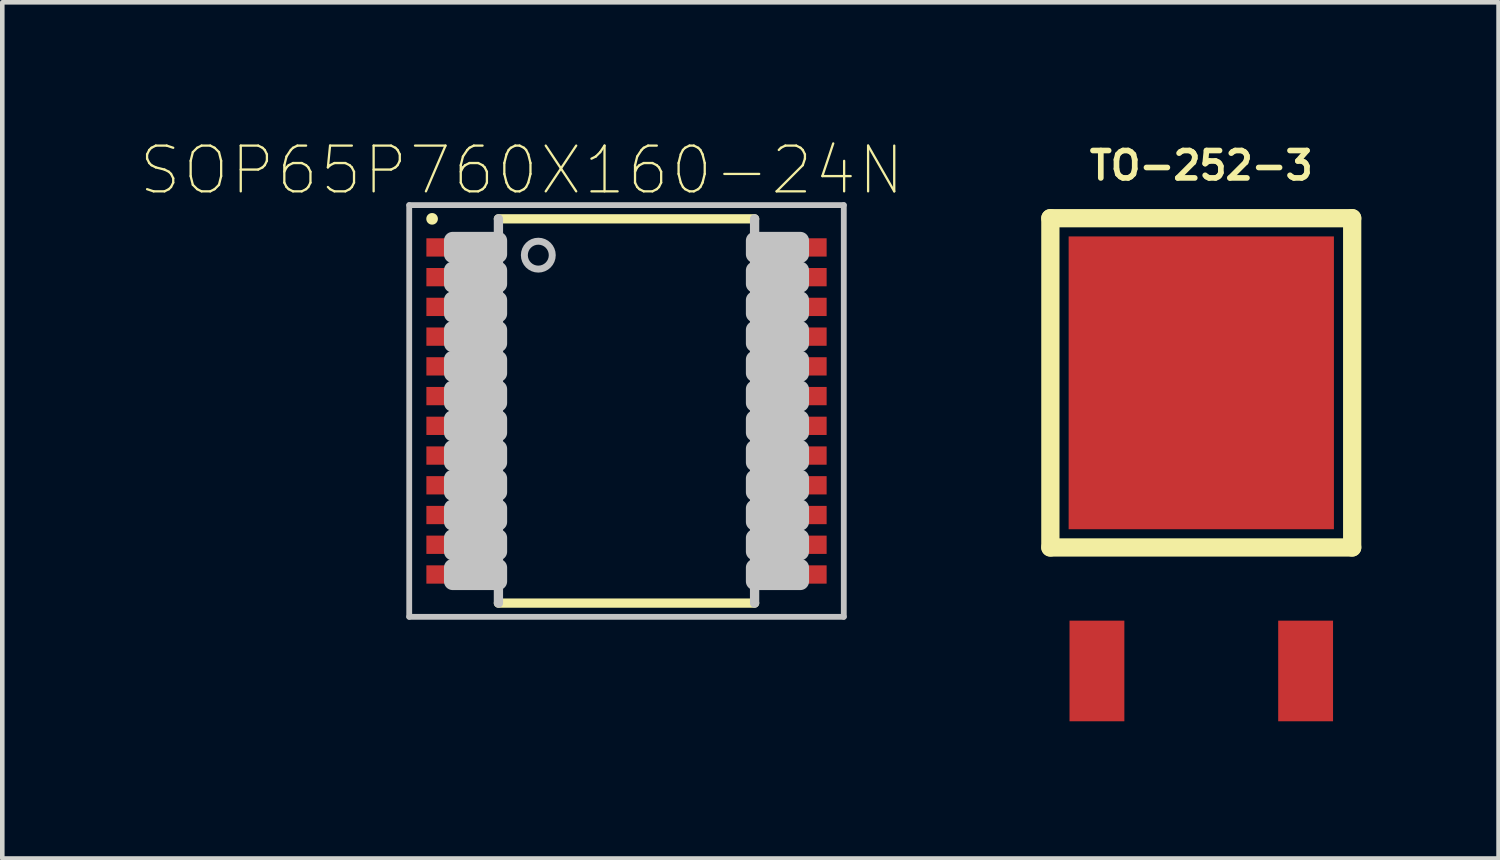
<source format=kicad_pcb>
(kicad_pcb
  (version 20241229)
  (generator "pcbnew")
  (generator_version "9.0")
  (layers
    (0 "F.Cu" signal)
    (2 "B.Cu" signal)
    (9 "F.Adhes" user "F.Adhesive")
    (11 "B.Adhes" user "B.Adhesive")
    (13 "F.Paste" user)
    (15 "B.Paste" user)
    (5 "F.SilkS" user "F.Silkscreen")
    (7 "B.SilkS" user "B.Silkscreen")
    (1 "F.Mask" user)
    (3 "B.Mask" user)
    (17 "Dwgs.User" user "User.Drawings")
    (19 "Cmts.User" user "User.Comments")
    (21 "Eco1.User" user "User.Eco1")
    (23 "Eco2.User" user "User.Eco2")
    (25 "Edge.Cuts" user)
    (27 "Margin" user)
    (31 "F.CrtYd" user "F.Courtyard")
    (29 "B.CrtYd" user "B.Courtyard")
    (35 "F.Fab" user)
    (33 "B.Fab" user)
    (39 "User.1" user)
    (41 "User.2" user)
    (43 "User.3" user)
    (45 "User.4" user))
  (footprint "TO-252-3"
    (layer "F.Cu")
    (at 23.211 5.319)
    (property "Reference" "TO-252-3" (at 0 -4.75 0) (layer "F.SilkS") (effects (font (size 0.599 0.599) (thickness 0.124))))
    (attr through_hole)
    (fp_line (start -3.299 -3.599) (end 3.299 -3.599) (stroke (width 0.399) (type solid)) (layer "F.SilkS"))
    (fp_line (start -3.299 3.599) (end -3.299 -3.599) (stroke (width 0.399) (type solid)) (layer "F.SilkS"))
    (fp_line (start 3.299 -3.599) (end 3.299 3.599) (stroke (width 0.399) (type solid)) (layer "F.SilkS"))
    (fp_line (start 3.299 3.599) (end -3.299 3.599) (stroke (width 0.399) (type solid)) (layer "F.SilkS"))
    (pad "1" smd rect (at 0 0) (size 5.799 6.401) (layers "F.Cu" "F.Mask" "F.Paste"))
    (pad "2" smd rect (at 2.281 6.299) (size 1.199 2.2) (layers "F.Cu" "F.Mask" "F.Paste"))
    (pad "3" smd rect (at -2.281 6.299) (size 1.199 2.2) (layers "F.Cu" "F.Mask" "F.Paste")))
  (footprint "SOP65P760X160-24N"
    (layer "F.Cu")
    (at 10.646 5.934)
    (property "Reference" "SOP65P760X160-24N" (at -2.29 -5.261 0) (layer "F.SilkS") (effects (font (size 1 1) (thickness 0.05))))
    (attr smd)
    (fp_line (start -2.8 4.2) (end 2.8 4.2) (stroke (width 0.203) (type solid)) (layer "F.SilkS"))
    (fp_line (start 2.8 -4.2) (end -2.8 -4.2) (stroke (width 0.203) (type solid)) (layer "F.SilkS"))
    (fp_circle (center -4.25 -4.2) (end -4.123 -4.2) (stroke (width 0) (type solid)) (fill yes) (layer "F.SilkS"))
    (fp_line (start -4.75 -4.5) (end 4.75 -4.5) (stroke (width 0.127) (type solid)) (layer "Dwgs.User"))
    (fp_line (start -4.75 4.5) (end -4.75 -4.5) (stroke (width 0.127) (type solid)) (layer "Dwgs.User"))
    (fp_line (start -2.8 -4.2) (end -2.8 4.2) (stroke (width 0.203) (type solid)) (layer "Dwgs.User"))
    (fp_line (start 2.8 4.2) (end 2.8 -4.2) (stroke (width 0.203) (type solid)) (layer "Dwgs.User"))
    (fp_line (start 4.75 -4.5) (end 4.75 4.5) (stroke (width 0.127) (type solid)) (layer "Dwgs.User"))
    (fp_line (start 4.75 4.5) (end -4.75 4.5) (stroke (width 0.127) (type solid)) (layer "Dwgs.User"))
    (fp_circle (center -1.928 -3.406) (end -1.623 -3.406) (stroke (width 0.152) (type solid)) (fill no) (layer "Dwgs.User"))
    (fp_poly (pts (xy -3.8 -3.725) (xy -2.8 -3.725) (xy -2.8 -3.425) (xy -3.8 -3.425)) (stroke (width 0.381) (type solid)) (fill no) (layer "Dwgs.User"))
    (fp_poly (pts (xy -3.8 -3.075) (xy -2.8 -3.075) (xy -2.8 -2.775) (xy -3.8 -2.775)) (stroke (width 0.381) (type solid)) (fill no) (layer "Dwgs.User"))
    (fp_poly (pts (xy -3.8 -2.425) (xy -2.8 -2.425) (xy -2.8 -2.125) (xy -3.8 -2.125)) (stroke (width 0.381) (type solid)) (fill no) (layer "Dwgs.User"))
    (fp_poly (pts (xy -3.8 -1.775) (xy -2.8 -1.775) (xy -2.8 -1.475) (xy -3.8 -1.475)) (stroke (width 0.381) (type solid)) (fill no) (layer "Dwgs.User"))
    (fp_poly (pts (xy -3.8 -1.125) (xy -2.8 -1.125) (xy -2.8 -0.825) (xy -3.8 -0.825)) (stroke (width 0.381) (type solid)) (fill no) (layer "Dwgs.User"))
    (fp_poly (pts (xy -3.8 -0.475) (xy -2.8 -0.475) (xy -2.8 -0.175) (xy -3.8 -0.175)) (stroke (width 0.381) (type solid)) (fill no) (layer "Dwgs.User"))
    (fp_poly (pts (xy -3.8 0.175) (xy -2.8 0.175) (xy -2.8 0.475) (xy -3.8 0.475)) (stroke (width 0.381) (type solid)) (fill no) (layer "Dwgs.User"))
    (fp_poly (pts (xy -3.8 0.825) (xy -2.8 0.825) (xy -2.8 1.125) (xy -3.8 1.125)) (stroke (width 0.381) (type solid)) (fill no) (layer "Dwgs.User"))
    (fp_poly (pts (xy -3.8 1.475) (xy -2.8 1.475) (xy -2.8 1.775) (xy -3.8 1.775)) (stroke (width 0.381) (type solid)) (fill no) (layer "Dwgs.User"))
    (fp_poly (pts (xy -3.8 2.125) (xy -2.8 2.125) (xy -2.8 2.425) (xy -3.8 2.425)) (stroke (width 0.381) (type solid)) (fill no) (layer "Dwgs.User"))
    (fp_poly (pts (xy -3.8 2.775) (xy -2.8 2.775) (xy -2.8 3.075) (xy -3.8 3.075)) (stroke (width 0.381) (type solid)) (fill no) (layer "Dwgs.User"))
    (fp_poly (pts (xy -3.8 3.425) (xy -2.8 3.425) (xy -2.8 3.725) (xy -3.8 3.725)) (stroke (width 0.381) (type solid)) (fill no) (layer "Dwgs.User"))
    (fp_poly (pts (xy 2.8 -1.775) (xy 3.8 -1.775) (xy 3.8 -1.475) (xy 2.8 -1.475)) (stroke (width 0.381) (type solid)) (fill no) (layer "Dwgs.User"))
    (fp_poly (pts (xy 2.8 2.125) (xy 3.8 2.125) (xy 3.8 2.425) (xy 2.8 2.425)) (stroke (width 0.381) (type solid)) (fill no) (layer "Dwgs.User"))
    (fp_poly (pts (xy 3.8 -3.425) (xy 2.8 -3.425) (xy 2.8 -3.725) (xy 3.8 -3.725)) (stroke (width 0.381) (type solid)) (fill no) (layer "Dwgs.User"))
    (fp_poly (pts (xy 3.8 -2.775) (xy 2.8 -2.775) (xy 2.8 -3.075) (xy 3.8 -3.075)) (stroke (width 0.381) (type solid)) (fill no) (layer "Dwgs.User"))
    (fp_poly (pts (xy 3.8 -2.125) (xy 2.8 -2.125) (xy 2.8 -2.425) (xy 3.8 -2.425)) (stroke (width 0.381) (type solid)) (fill no) (layer "Dwgs.User"))
    (fp_poly (pts (xy 3.8 -0.825) (xy 2.8 -0.825) (xy 2.8 -1.125) (xy 3.8 -1.125)) (stroke (width 0.381) (type solid)) (fill no) (layer "Dwgs.User"))
    (fp_poly (pts (xy 3.8 -0.175) (xy 2.8 -0.175) (xy 2.8 -0.475) (xy 3.8 -0.475)) (stroke (width 0.381) (type solid)) (fill no) (layer "Dwgs.User"))
    (fp_poly (pts (xy 3.8 0.475) (xy 2.8 0.475) (xy 2.8 0.175) (xy 3.8 0.175)) (stroke (width 0.381) (type solid)) (fill no) (layer "Dwgs.User"))
    (fp_poly (pts (xy 3.8 1.125) (xy 2.8 1.125) (xy 2.8 0.825) (xy 3.8 0.825)) (stroke (width 0.381) (type solid)) (fill no) (layer "Dwgs.User"))
    (fp_poly (pts (xy 3.8 1.775) (xy 2.8 1.775) (xy 2.8 1.475) (xy 3.8 1.475)) (stroke (width 0.381) (type solid)) (fill no) (layer "Dwgs.User"))
    (fp_poly (pts (xy 3.8 3.075) (xy 2.8 3.075) (xy 2.8 2.775) (xy 3.8 2.775)) (stroke (width 0.381) (type solid)) (fill no) (layer "Dwgs.User"))
    (fp_poly (pts (xy 3.8 3.725) (xy 2.8 3.725) (xy 2.8 3.425) (xy 3.8 3.425)) (stroke (width 0.381) (type solid)) (fill no) (layer "Dwgs.User"))
    (pad "1" smd rect (at -3.625 -3.575 270) (size 0.4 1.5) (layers "F.Cu" "F.Mask" "F.Paste"))
    (pad "2" smd rect (at -3.625 -2.925 270) (size 0.4 1.5) (layers "F.Cu" "F.Mask" "F.Paste"))
    (pad "3" smd rect (at -3.625 -2.275 270) (size 0.4 1.5) (layers "F.Cu" "F.Mask" "F.Paste"))
    (pad "4" smd rect (at -3.625 -1.625 270) (size 0.4 1.5) (layers "F.Cu" "F.Mask" "F.Paste"))
    (pad "5" smd rect (at -3.625 -0.975 270) (size 0.4 1.5) (layers "F.Cu" "F.Mask" "F.Paste"))
    (pad "6" smd rect (at -3.625 -0.325 270) (size 0.4 1.5) (layers "F.Cu" "F.Mask" "F.Paste"))
    (pad "7" smd rect (at -3.625 0.325 270) (size 0.4 1.5) (layers "F.Cu" "F.Mask" "F.Paste"))
    (pad "8" smd rect (at -3.625 0.975 270) (size 0.4 1.5) (layers "F.Cu" "F.Mask" "F.Paste"))
    (pad "9" smd rect (at -3.625 1.625 270) (size 0.4 1.5) (layers "F.Cu" "F.Mask" "F.Paste"))
    (pad "10" smd rect (at -3.625 2.275 270) (size 0.4 1.5) (layers "F.Cu" "F.Mask" "F.Paste"))
    (pad "11" smd rect (at -3.625 2.925 270) (size 0.4 1.5) (layers "F.Cu" "F.Mask" "F.Paste"))
    (pad "12" smd rect (at -3.625 3.575 270) (size 0.4 1.5) (layers "F.Cu" "F.Mask" "F.Paste"))
    (pad "13" smd rect (at 3.625 3.575 270) (size 0.4 1.5) (layers "F.Cu" "F.Mask" "F.Paste"))
    (pad "14" smd rect (at 3.625 2.925 270) (size 0.4 1.5) (layers "F.Cu" "F.Mask" "F.Paste"))
    (pad "15" smd rect (at 3.625 2.275 270) (size 0.4 1.5) (layers "F.Cu" "F.Mask" "F.Paste"))
    (pad "16" smd rect (at 3.625 1.625 270) (size 0.4 1.5) (layers "F.Cu" "F.Mask" "F.Paste"))
    (pad "17" smd rect (at 3.625 0.975 270) (size 0.4 1.5) (layers "F.Cu" "F.Mask" "F.Paste"))
    (pad "18" smd rect (at 3.625 0.325 270) (size 0.4 1.5) (layers "F.Cu" "F.Mask" "F.Paste"))
    (pad "19" smd rect (at 3.625 -0.325 270) (size 0.4 1.5) (layers "F.Cu" "F.Mask" "F.Paste"))
    (pad "20" smd rect (at 3.625 -0.975 270) (size 0.4 1.5) (layers "F.Cu" "F.Mask" "F.Paste"))
    (pad "21" smd rect (at 3.625 -1.625 270) (size 0.4 1.5) (layers "F.Cu" "F.Mask" "F.Paste"))
    (pad "22" smd rect (at 3.625 -2.275 270) (size 0.4 1.5) (layers "F.Cu" "F.Mask" "F.Paste"))
    (pad "23" smd rect (at 3.625 -2.925 270) (size 0.4 1.5) (layers "F.Cu" "F.Mask" "F.Paste"))
    (pad "24" smd rect (at 3.625 -3.575 270) (size 0.4 1.5) (layers "F.Cu" "F.Mask" "F.Paste")))
  (gr_rect
    (start -3 -3)
    (end 29.71 15.718)
    (stroke (width 0.1) (type default))
    (fill no)
    (layer "Edge.Cuts")))
</source>
